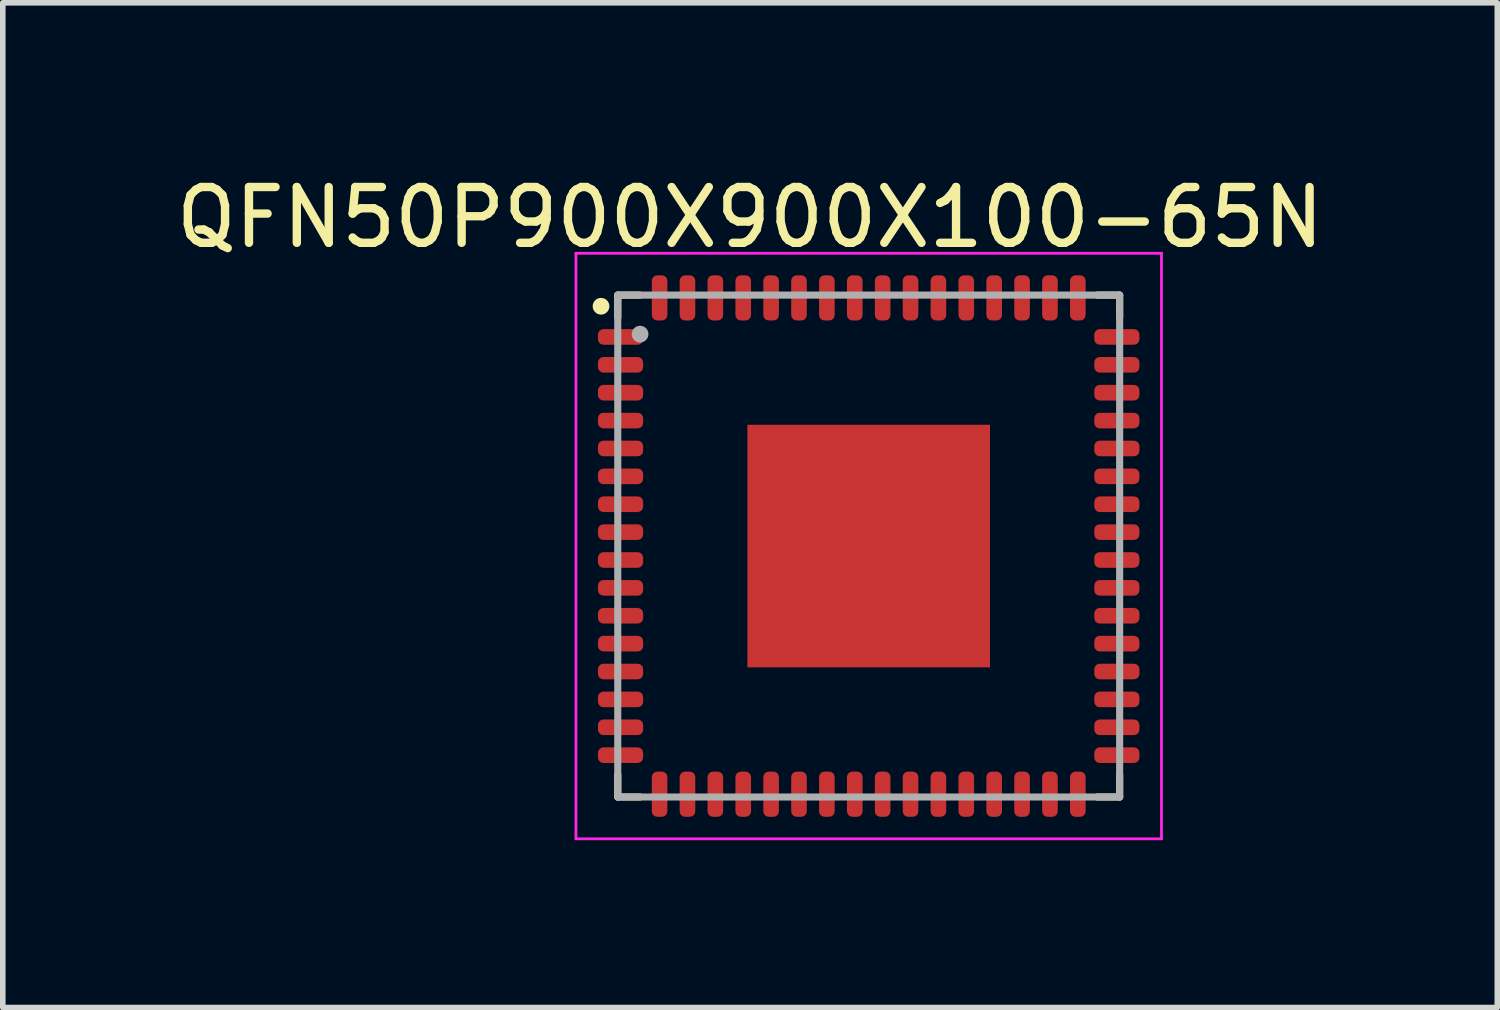
<source format=kicad_pcb>
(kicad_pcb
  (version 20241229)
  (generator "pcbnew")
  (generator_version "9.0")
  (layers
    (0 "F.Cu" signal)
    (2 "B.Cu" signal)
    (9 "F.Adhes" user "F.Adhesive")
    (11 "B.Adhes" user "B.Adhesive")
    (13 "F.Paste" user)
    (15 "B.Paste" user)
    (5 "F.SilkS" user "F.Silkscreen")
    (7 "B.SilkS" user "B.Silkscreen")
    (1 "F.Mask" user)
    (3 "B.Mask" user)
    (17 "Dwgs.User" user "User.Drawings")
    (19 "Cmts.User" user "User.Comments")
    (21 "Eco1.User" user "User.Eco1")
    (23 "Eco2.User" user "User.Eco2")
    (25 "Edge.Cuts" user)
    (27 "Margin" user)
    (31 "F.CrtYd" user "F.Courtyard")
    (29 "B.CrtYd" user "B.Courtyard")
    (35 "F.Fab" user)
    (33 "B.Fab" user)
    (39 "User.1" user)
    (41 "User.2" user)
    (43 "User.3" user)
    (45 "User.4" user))
  (footprint "QFN50P900X900X100-65N"
    (layer "F.Cu")
    (at 12.528 6.742)
    (property "Reference" "QFN50P900X900X100-65N" (at -2.128 -5.893 0) (layer "F.SilkS") (effects (font (size 1.001 1.001) (thickness 0.15))))
    (attr smd)
    (fp_line (start -4.5 -4.5) (end -4.5 -4.1) (stroke (width 0.127) (type solid)) (layer "F.SilkS"))
    (fp_line (start -4.5 -4.5) (end -4.1 -4.5) (stroke (width 0.127) (type solid)) (layer "F.SilkS"))
    (fp_line (start -4.5 4.5) (end -4.5 4.1) (stroke (width 0.127) (type solid)) (layer "F.SilkS"))
    (fp_line (start -4.5 4.5) (end -4.1 4.5) (stroke (width 0.127) (type solid)) (layer "F.SilkS"))
    (fp_line (start 4.5 -4.5) (end 4.1 -4.5) (stroke (width 0.127) (type solid)) (layer "F.SilkS"))
    (fp_line (start 4.5 -4.5) (end 4.5 -4.1) (stroke (width 0.127) (type solid)) (layer "F.SilkS"))
    (fp_line (start 4.5 4.5) (end 4.1 4.5) (stroke (width 0.127) (type solid)) (layer "F.SilkS"))
    (fp_line (start 4.5 4.5) (end 4.5 4.1) (stroke (width 0.127) (type solid)) (layer "F.SilkS"))
    (fp_circle (center -4.8 -4.3) (end -4.65 -4.3) (stroke (width 0) (type solid)) (fill yes) (layer "F.SilkS"))
    (fp_poly (pts (xy -1.378 -1.375) (xy 1.375 -1.375) (xy 1.375 1.378) (xy -1.378 1.378)) (stroke (width 0.01) (type solid)) (fill yes) (layer "F.Paste"))
    (fp_line (start -5.25 -5.25) (end 5.25 -5.25) (stroke (width 0.05) (type solid)) (layer "F.CrtYd"))
    (fp_line (start -5.25 5.25) (end -5.25 -5.25) (stroke (width 0.05) (type solid)) (layer "F.CrtYd"))
    (fp_line (start 5.25 -5.25) (end 5.25 5.25) (stroke (width 0.05) (type solid)) (layer "F.CrtYd"))
    (fp_line (start 5.25 5.25) (end -5.25 5.25) (stroke (width 0.05) (type solid)) (layer "F.CrtYd"))
    (fp_line (start -4.5 -4.5) (end 4.5 -4.5) (stroke (width 0.127) (type solid)) (layer "F.Fab"))
    (fp_line (start -4.5 4.5) (end -4.5 -4.5) (stroke (width 0.127) (type solid)) (layer "F.Fab"))
    (fp_line (start 4.5 -4.5) (end 4.5 4.5) (stroke (width 0.127) (type solid)) (layer "F.Fab"))
    (fp_line (start 4.5 4.5) (end -4.5 4.5) (stroke (width 0.127) (type solid)) (layer "F.Fab"))
    (fp_circle (center -4.1 -3.8) (end -3.95 -3.8) (stroke (width 0) (type solid)) (fill yes) (layer "F.Fab"))
    (pad "1" smd roundrect (at -4.45 -3.75 90) (size 0.28 0.81) (layers "F.Cu" "F.Mask" "F.Paste") (roundrect_rratio 0.35))
    (pad "2" smd roundrect (at -4.45 -3.25 90) (size 0.28 0.81) (layers "F.Cu" "F.Mask" "F.Paste") (roundrect_rratio 0.35))
    (pad "3" smd roundrect (at -4.45 -2.75 90) (size 0.28 0.81) (layers "F.Cu" "F.Mask" "F.Paste") (roundrect_rratio 0.35))
    (pad "4" smd roundrect (at -4.45 -2.25 90) (size 0.28 0.81) (layers "F.Cu" "F.Mask" "F.Paste") (roundrect_rratio 0.35))
    (pad "5" smd roundrect (at -4.45 -1.75 90) (size 0.28 0.81) (layers "F.Cu" "F.Mask" "F.Paste") (roundrect_rratio 0.35))
    (pad "6" smd roundrect (at -4.45 -1.25 90) (size 0.28 0.81) (layers "F.Cu" "F.Mask" "F.Paste") (roundrect_rratio 0.35))
    (pad "7" smd roundrect (at -4.45 -0.75 90) (size 0.28 0.81) (layers "F.Cu" "F.Mask" "F.Paste") (roundrect_rratio 0.35))
    (pad "8" smd roundrect (at -4.45 -0.25 90) (size 0.28 0.81) (layers "F.Cu" "F.Mask" "F.Paste") (roundrect_rratio 0.35))
    (pad "9" smd roundrect (at -4.45 0.25 90) (size 0.28 0.81) (layers "F.Cu" "F.Mask" "F.Paste") (roundrect_rratio 0.35))
    (pad "10" smd roundrect (at -4.45 0.75 90) (size 0.28 0.81) (layers "F.Cu" "F.Mask" "F.Paste") (roundrect_rratio 0.35))
    (pad "11" smd roundrect (at -4.45 1.25 90) (size 0.28 0.81) (layers "F.Cu" "F.Mask" "F.Paste") (roundrect_rratio 0.35))
    (pad "12" smd roundrect (at -4.45 1.75 90) (size 0.28 0.81) (layers "F.Cu" "F.Mask" "F.Paste") (roundrect_rratio 0.35))
    (pad "13" smd roundrect (at -4.45 2.25 90) (size 0.28 0.81) (layers "F.Cu" "F.Mask" "F.Paste") (roundrect_rratio 0.35))
    (pad "14" smd roundrect (at -4.45 2.75 90) (size 0.28 0.81) (layers "F.Cu" "F.Mask" "F.Paste") (roundrect_rratio 0.35))
    (pad "15" smd roundrect (at -4.45 3.25 90) (size 0.28 0.81) (layers "F.Cu" "F.Mask" "F.Paste") (roundrect_rratio 0.35))
    (pad "16" smd roundrect (at -4.45 3.75 90) (size 0.28 0.81) (layers "F.Cu" "F.Mask" "F.Paste") (roundrect_rratio 0.35))
    (pad "17" smd roundrect (at -3.75 4.45 180) (size 0.28 0.81) (layers "F.Cu" "F.Mask" "F.Paste") (roundrect_rratio 0.35))
    (pad "18" smd roundrect (at -3.25 4.45 180) (size 0.28 0.81) (layers "F.Cu" "F.Mask" "F.Paste") (roundrect_rratio 0.35))
    (pad "19" smd roundrect (at -2.75 4.45 180) (size 0.28 0.81) (layers "F.Cu" "F.Mask" "F.Paste") (roundrect_rratio 0.35))
    (pad "20" smd roundrect (at -2.25 4.45 180) (size 0.28 0.81) (layers "F.Cu" "F.Mask" "F.Paste") (roundrect_rratio 0.35))
    (pad "21" smd roundrect (at -1.75 4.45 180) (size 0.28 0.81) (layers "F.Cu" "F.Mask" "F.Paste") (roundrect_rratio 0.35))
    (pad "22" smd roundrect (at -1.25 4.45 180) (size 0.28 0.81) (layers "F.Cu" "F.Mask" "F.Paste") (roundrect_rratio 0.35))
    (pad "23" smd roundrect (at -0.75 4.45 180) (size 0.28 0.81) (layers "F.Cu" "F.Mask" "F.Paste") (roundrect_rratio 0.35))
    (pad "24" smd roundrect (at -0.25 4.45 180) (size 0.28 0.81) (layers "F.Cu" "F.Mask" "F.Paste") (roundrect_rratio 0.35))
    (pad "25" smd roundrect (at 0.25 4.45 180) (size 0.28 0.81) (layers "F.Cu" "F.Mask" "F.Paste") (roundrect_rratio 0.35))
    (pad "26" smd roundrect (at 0.75 4.45 180) (size 0.28 0.81) (layers "F.Cu" "F.Mask" "F.Paste") (roundrect_rratio 0.35))
    (pad "27" smd roundrect (at 1.25 4.45 180) (size 0.28 0.81) (layers "F.Cu" "F.Mask" "F.Paste") (roundrect_rratio 0.35))
    (pad "28" smd roundrect (at 1.75 4.45 180) (size 0.28 0.81) (layers "F.Cu" "F.Mask" "F.Paste") (roundrect_rratio 0.35))
    (pad "29" smd roundrect (at 2.25 4.45 180) (size 0.28 0.81) (layers "F.Cu" "F.Mask" "F.Paste") (roundrect_rratio 0.35))
    (pad "30" smd roundrect (at 2.75 4.45 180) (size 0.28 0.81) (layers "F.Cu" "F.Mask" "F.Paste") (roundrect_rratio 0.35))
    (pad "31" smd roundrect (at 3.25 4.45 180) (size 0.28 0.81) (layers "F.Cu" "F.Mask" "F.Paste") (roundrect_rratio 0.35))
    (pad "32" smd roundrect (at 3.75 4.45 180) (size 0.28 0.81) (layers "F.Cu" "F.Mask" "F.Paste") (roundrect_rratio 0.35))
    (pad "33" smd roundrect (at 4.45 3.75 270) (size 0.28 0.81) (layers "F.Cu" "F.Mask" "F.Paste") (roundrect_rratio 0.35))
    (pad "34" smd roundrect (at 4.45 3.25 270) (size 0.28 0.81) (layers "F.Cu" "F.Mask" "F.Paste") (roundrect_rratio 0.35))
    (pad "35" smd roundrect (at 4.45 2.75 270) (size 0.28 0.81) (layers "F.Cu" "F.Mask" "F.Paste") (roundrect_rratio 0.35))
    (pad "36" smd roundrect (at 4.45 2.25 270) (size 0.28 0.81) (layers "F.Cu" "F.Mask" "F.Paste") (roundrect_rratio 0.35))
    (pad "37" smd roundrect (at 4.45 1.75 270) (size 0.28 0.81) (layers "F.Cu" "F.Mask" "F.Paste") (roundrect_rratio 0.35))
    (pad "38" smd roundrect (at 4.45 1.25 270) (size 0.28 0.81) (layers "F.Cu" "F.Mask" "F.Paste") (roundrect_rratio 0.35))
    (pad "39" smd roundrect (at 4.45 0.75 270) (size 0.28 0.81) (layers "F.Cu" "F.Mask" "F.Paste") (roundrect_rratio 0.35))
    (pad "40" smd roundrect (at 4.45 0.25 270) (size 0.28 0.81) (layers "F.Cu" "F.Mask" "F.Paste") (roundrect_rratio 0.35))
    (pad "41" smd roundrect (at 4.45 -0.25 270) (size 0.28 0.81) (layers "F.Cu" "F.Mask" "F.Paste") (roundrect_rratio 0.35))
    (pad "42" smd roundrect (at 4.45 -0.75 270) (size 0.28 0.81) (layers "F.Cu" "F.Mask" "F.Paste") (roundrect_rratio 0.35))
    (pad "43" smd roundrect (at 4.45 -1.25 270) (size 0.28 0.81) (layers "F.Cu" "F.Mask" "F.Paste") (roundrect_rratio 0.35))
    (pad "44" smd roundrect (at 4.45 -1.75 270) (size 0.28 0.81) (layers "F.Cu" "F.Mask" "F.Paste") (roundrect_rratio 0.35))
    (pad "45" smd roundrect (at 4.45 -2.25 270) (size 0.28 0.81) (layers "F.Cu" "F.Mask" "F.Paste") (roundrect_rratio 0.35))
    (pad "46" smd roundrect (at 4.45 -2.75 270) (size 0.28 0.81) (layers "F.Cu" "F.Mask" "F.Paste") (roundrect_rratio 0.35))
    (pad "47" smd roundrect (at 4.45 -3.25 270) (size 0.28 0.81) (layers "F.Cu" "F.Mask" "F.Paste") (roundrect_rratio 0.35))
    (pad "48" smd roundrect (at 4.45 -3.75 270) (size 0.28 0.81) (layers "F.Cu" "F.Mask" "F.Paste") (roundrect_rratio 0.35))
    (pad "49" smd roundrect (at 3.75 -4.45) (size 0.28 0.81) (layers "F.Cu" "F.Mask" "F.Paste") (roundrect_rratio 0.35))
    (pad "50" smd roundrect (at 3.25 -4.45) (size 0.28 0.81) (layers "F.Cu" "F.Mask" "F.Paste") (roundrect_rratio 0.35))
    (pad "51" smd roundrect (at 2.75 -4.45) (size 0.28 0.81) (layers "F.Cu" "F.Mask" "F.Paste") (roundrect_rratio 0.35))
    (pad "52" smd roundrect (at 2.25 -4.45) (size 0.28 0.81) (layers "F.Cu" "F.Mask" "F.Paste") (roundrect_rratio 0.35))
    (pad "53" smd roundrect (at 1.75 -4.45) (size 0.28 0.81) (layers "F.Cu" "F.Mask" "F.Paste") (roundrect_rratio 0.35))
    (pad "54" smd roundrect (at 1.25 -4.45) (size 0.28 0.81) (layers "F.Cu" "F.Mask" "F.Paste") (roundrect_rratio 0.35))
    (pad "55" smd roundrect (at 0.75 -4.45) (size 0.28 0.81) (layers "F.Cu" "F.Mask" "F.Paste") (roundrect_rratio 0.35))
    (pad "56" smd roundrect (at 0.25 -4.45) (size 0.28 0.81) (layers "F.Cu" "F.Mask" "F.Paste") (roundrect_rratio 0.35))
    (pad "57" smd roundrect (at -0.25 -4.45) (size 0.28 0.81) (layers "F.Cu" "F.Mask" "F.Paste") (roundrect_rratio 0.35))
    (pad "58" smd roundrect (at -0.75 -4.45) (size 0.28 0.81) (layers "F.Cu" "F.Mask" "F.Paste") (roundrect_rratio 0.35))
    (pad "59" smd roundrect (at -1.25 -4.45) (size 0.28 0.81) (layers "F.Cu" "F.Mask" "F.Paste") (roundrect_rratio 0.35))
    (pad "60" smd roundrect (at -1.75 -4.45) (size 0.28 0.81) (layers "F.Cu" "F.Mask" "F.Paste") (roundrect_rratio 0.35))
    (pad "61" smd roundrect (at -2.25 -4.45) (size 0.28 0.81) (layers "F.Cu" "F.Mask" "F.Paste") (roundrect_rratio 0.35))
    (pad "62" smd roundrect (at -2.75 -4.45) (size 0.28 0.81) (layers "F.Cu" "F.Mask" "F.Paste") (roundrect_rratio 0.35))
    (pad "63" smd roundrect (at -3.25 -4.45) (size 0.28 0.81) (layers "F.Cu" "F.Mask" "F.Paste") (roundrect_rratio 0.35))
    (pad "64" smd roundrect (at -3.75 -4.45) (size 0.28 0.81) (layers "F.Cu" "F.Mask" "F.Paste") (roundrect_rratio 0.35))
    (pad "65" smd rect (at 0 0) (size 4.35 4.35) (layers "F.Cu" "F.Mask")))
  (gr_rect
    (start -3 -3)
    (end 23.8 15.017)
    (stroke (width 0.1) (type default))
    (fill no)
    (layer "Edge.Cuts")))
</source>
